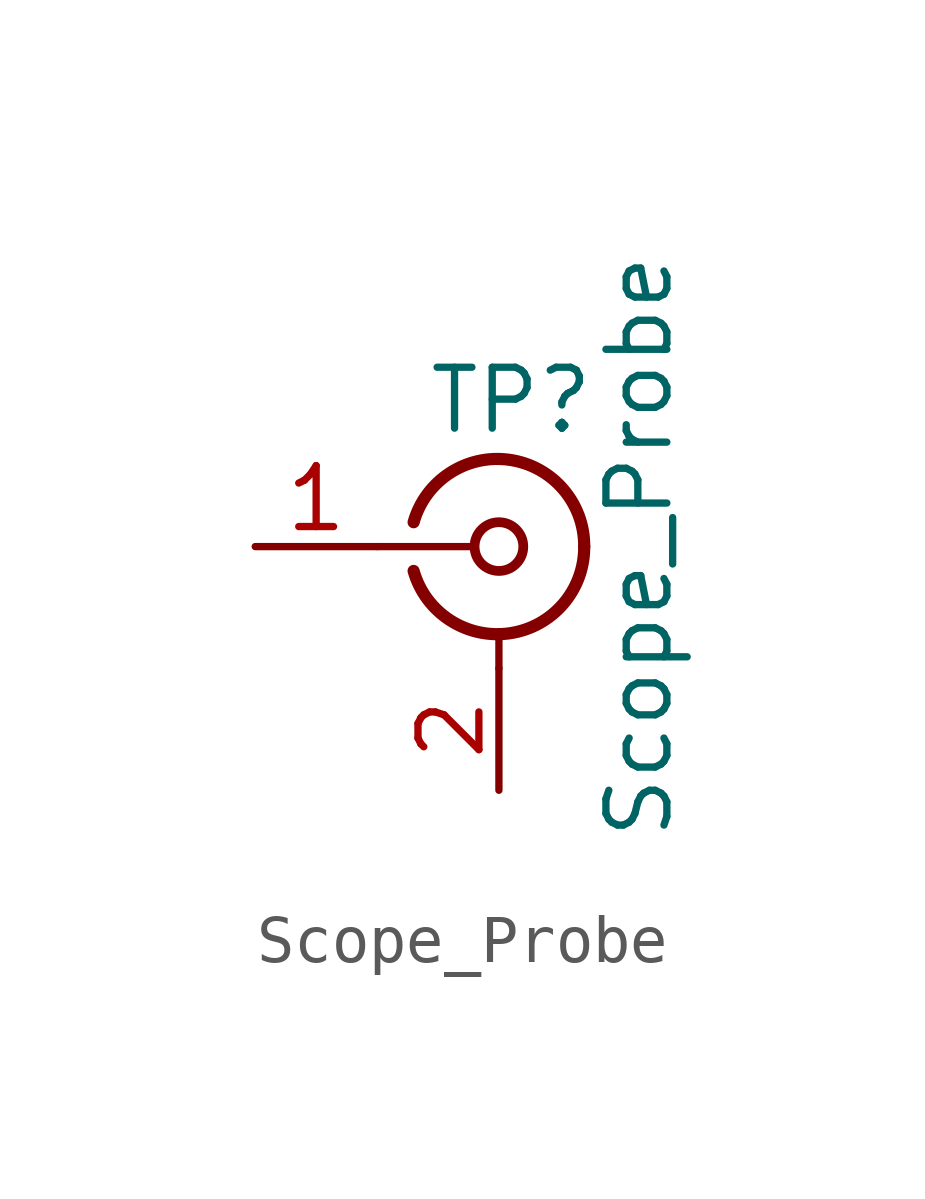
<source format=kicad_sym>
(kicad_symbol_lib
  (version 20220914)
  (generator kicad_symbol_editor)
  (symbol "Scope_Probe"
    (pin_names
      (offset 1.016) hide)
    (property "Reference" "TP"
      (at 0.254 3.048 0)
      (effects (font (size 1.27 1.27))))
    (property "Value" "Scope_Probe"
      (at 2.921 0 90)
      (effects (font (size 1.27 1.27))))
    (symbol "Scope_Probe_0_1"
      (arc (start -1.778 -0.508) (mid 0.2311 -1.8066) (end 1.778 0) (stroke (width 0.254) (type default)) (fill (type none)))
      (polyline (pts (xy -2.54 0) (xy -0.508 0)) (stroke (width 0) (type default)) (fill (type none)))
      (polyline (pts (xy 0 -2.54) (xy 0 -1.778)) (stroke (width 0) (type default)) (fill (type none)))
      (circle (center 0 0) (radius 0.508) (stroke (width 0.203) (type default)) (fill (type none)))
      (arc (start 1.778 0) (mid 0.2099 1.8101) (end -1.778 0.508) (stroke (width 0.254) (type default)) (fill (type none))))
    (symbol "Scope_Probe_1_1"
      (pin passive line (at -5.08 0 0) (length 2.54) (name "In" (effects (font (size 1.27 1.27)))) (number "1" (effects (font (size 1.27 1.27)))))
      (pin passive line (at 0 -5.08 90) (length 2.54) (name "Ext" (effects (font (size 1.27 1.27)))) (number "2" (effects (font (size 1.27 1.27))))))))
</source>
